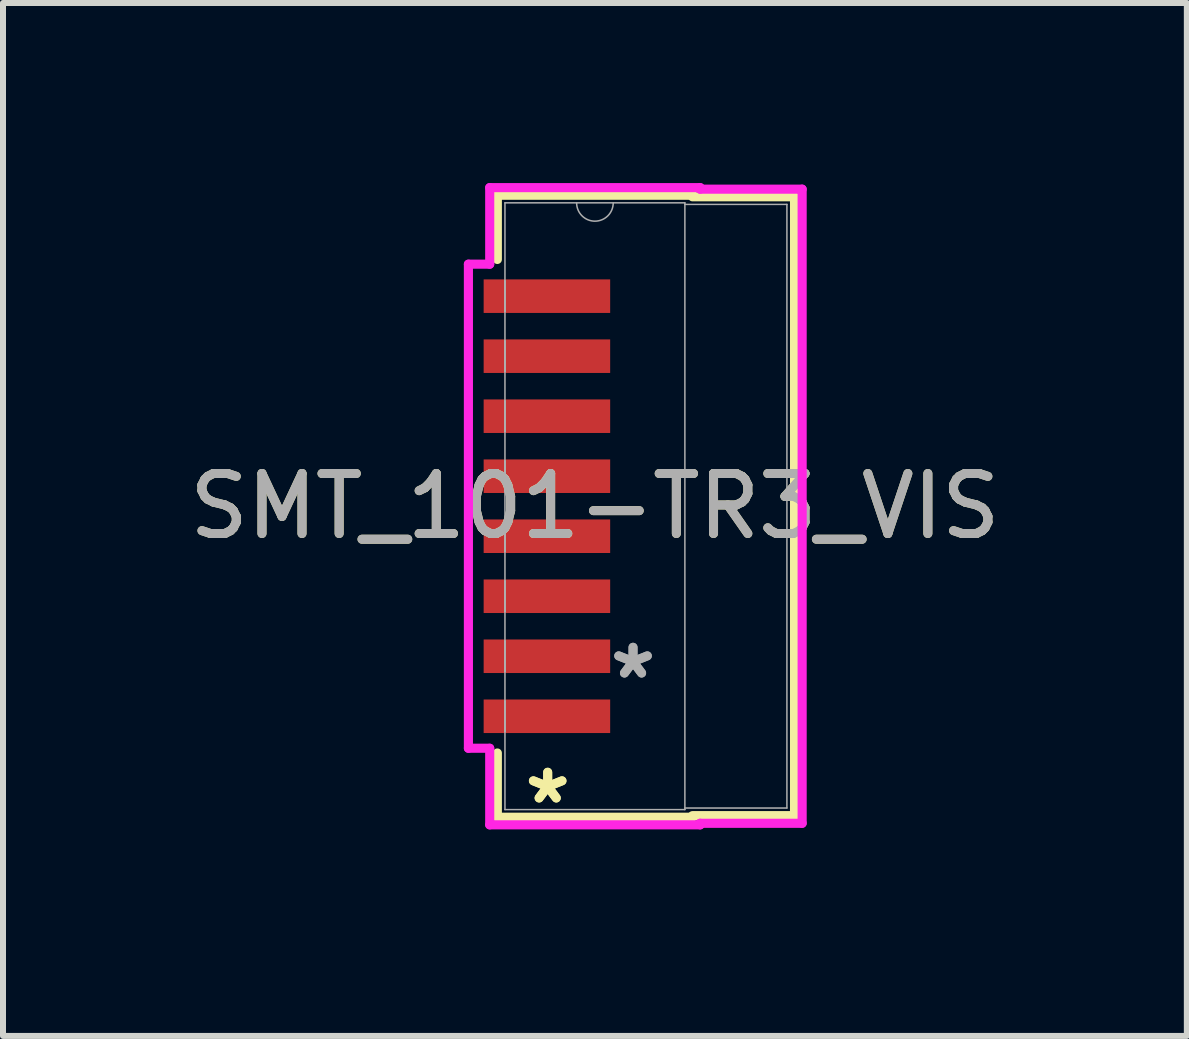
<source format=kicad_pcb>
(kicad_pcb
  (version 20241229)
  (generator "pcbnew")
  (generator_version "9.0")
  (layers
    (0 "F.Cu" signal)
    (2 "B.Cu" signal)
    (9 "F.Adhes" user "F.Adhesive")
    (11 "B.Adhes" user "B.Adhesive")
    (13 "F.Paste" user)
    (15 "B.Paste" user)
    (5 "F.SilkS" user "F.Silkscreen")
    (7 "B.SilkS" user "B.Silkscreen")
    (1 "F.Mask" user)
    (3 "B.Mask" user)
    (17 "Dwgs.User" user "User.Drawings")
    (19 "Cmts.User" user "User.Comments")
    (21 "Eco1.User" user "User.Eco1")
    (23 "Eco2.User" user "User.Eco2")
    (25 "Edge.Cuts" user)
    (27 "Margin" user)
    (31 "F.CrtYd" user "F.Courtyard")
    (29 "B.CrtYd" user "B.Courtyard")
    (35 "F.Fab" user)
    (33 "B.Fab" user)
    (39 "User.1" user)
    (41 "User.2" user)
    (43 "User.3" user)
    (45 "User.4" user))
  (footprint "SMT_101-TR3_VIS"
    (layer "F.Cu")
    (at 6.863 5.385)
    (property "Reference" "SMT_101-TR3_VIS" (at 0 0 0) (unlocked yes) (layer "F.SilkS") (effects (font (size 1 1) (thickness 0.15))))
    (attr smd)
    (fp_line (start -1.626 -5.182) (end 1.626 -5.182) (stroke (width 0.152) (type solid)) (layer "F.SilkS"))
    (fp_line (start -1.626 -4.112) (end -1.626 -5.182) (stroke (width 0.152) (type solid)) (layer "F.SilkS"))
    (fp_line (start -1.626 5.182) (end -1.626 4.112) (stroke (width 0.152) (type solid)) (layer "F.SilkS"))
    (fp_line (start 1.626 -5.156) (end 3.326 -5.156) (stroke (width 0.152) (type solid)) (layer "F.SilkS"))
    (fp_line (start 1.626 5.182) (end -1.626 5.182) (stroke (width 0.152) (type solid)) (layer "F.SilkS"))
    (fp_line (start 3.326 -5.156) (end 3.326 5.156) (stroke (width 0.152) (type solid)) (layer "F.SilkS"))
    (fp_line (start 3.326 5.156) (end 1.626 5.156) (stroke (width 0.152) (type solid)) (layer "F.SilkS"))
    (fp_line (start -2.108 -4.033) (end -2.108 4.033) (stroke (width 0.152) (type solid)) (layer "F.CrtYd"))
    (fp_line (start -2.108 4.033) (end -1.753 4.033) (stroke (width 0.152) (type solid)) (layer "F.CrtYd"))
    (fp_line (start -1.753 -5.309) (end -1.753 -4.033) (stroke (width 0.152) (type solid)) (layer "F.CrtYd"))
    (fp_line (start -1.753 -4.033) (end -2.108 -4.033) (stroke (width 0.152) (type solid)) (layer "F.CrtYd"))
    (fp_line (start -1.753 4.033) (end -1.753 5.309) (stroke (width 0.152) (type solid)) (layer "F.CrtYd"))
    (fp_line (start -1.753 5.309) (end 1.753 5.309) (stroke (width 0.152) (type solid)) (layer "F.CrtYd"))
    (fp_line (start 1.753 -5.309) (end -1.753 -5.309) (stroke (width 0.152) (type solid)) (layer "F.CrtYd"))
    (fp_line (start 1.753 -5.283) (end 1.753 -5.309) (stroke (width 0.152) (type solid)) (layer "F.CrtYd"))
    (fp_line (start 1.753 5.283) (end 3.453 5.283) (stroke (width 0.152) (type solid)) (layer "F.CrtYd"))
    (fp_line (start 1.753 5.309) (end 1.753 5.283) (stroke (width 0.152) (type solid)) (layer "F.CrtYd"))
    (fp_line (start 3.453 -5.283) (end 1.753 -5.283) (stroke (width 0.152) (type solid)) (layer "F.CrtYd"))
    (fp_line (start 3.453 5.283) (end 3.453 -5.283) (stroke (width 0.152) (type solid)) (layer "F.CrtYd"))
    (fp_line (start -1.499 -5.055) (end -1.499 5.055) (stroke (width 0.025) (type solid)) (layer "F.Fab"))
    (fp_line (start -1.499 -3.754) (end -1.499 -3.754) (stroke (width 0.025) (type solid)) (layer "F.Fab"))
    (fp_line (start -1.499 -3.754) (end -1.499 -3.246) (stroke (width 0.025) (type solid)) (layer "F.Fab"))
    (fp_line (start -1.499 -3.246) (end -1.499 -3.754) (stroke (width 0.025) (type solid)) (layer "F.Fab"))
    (fp_line (start -1.499 -3.246) (end -1.499 -3.246) (stroke (width 0.025) (type solid)) (layer "F.Fab"))
    (fp_line (start -1.499 -2.754) (end -1.499 -2.754) (stroke (width 0.025) (type solid)) (layer "F.Fab"))
    (fp_line (start -1.499 -2.754) (end -1.499 -2.246) (stroke (width 0.025) (type solid)) (layer "F.Fab"))
    (fp_line (start -1.499 -2.246) (end -1.499 -2.754) (stroke (width 0.025) (type solid)) (layer "F.Fab"))
    (fp_line (start -1.499 -2.246) (end -1.499 -2.246) (stroke (width 0.025) (type solid)) (layer "F.Fab"))
    (fp_line (start -1.499 -1.754) (end -1.499 -1.754) (stroke (width 0.025) (type solid)) (layer "F.Fab"))
    (fp_line (start -1.499 -1.754) (end -1.499 -1.246) (stroke (width 0.025) (type solid)) (layer "F.Fab"))
    (fp_line (start -1.499 -1.246) (end -1.499 -1.754) (stroke (width 0.025) (type solid)) (layer "F.Fab"))
    (fp_line (start -1.499 -1.246) (end -1.499 -1.246) (stroke (width 0.025) (type solid)) (layer "F.Fab"))
    (fp_line (start -1.499 -0.754) (end -1.499 -0.754) (stroke (width 0.025) (type solid)) (layer "F.Fab"))
    (fp_line (start -1.499 -0.754) (end -1.499 -0.246) (stroke (width 0.025) (type solid)) (layer "F.Fab"))
    (fp_line (start -1.499 -0.246) (end -1.499 -0.754) (stroke (width 0.025) (type solid)) (layer "F.Fab"))
    (fp_line (start -1.499 -0.246) (end -1.499 -0.246) (stroke (width 0.025) (type solid)) (layer "F.Fab"))
    (fp_line (start -1.499 0.246) (end -1.499 0.246) (stroke (width 0.025) (type solid)) (layer "F.Fab"))
    (fp_line (start -1.499 0.246) (end -1.499 0.754) (stroke (width 0.025) (type solid)) (layer "F.Fab"))
    (fp_line (start -1.499 0.754) (end -1.499 0.246) (stroke (width 0.025) (type solid)) (layer "F.Fab"))
    (fp_line (start -1.499 0.754) (end -1.499 0.754) (stroke (width 0.025) (type solid)) (layer "F.Fab"))
    (fp_line (start -1.499 1.246) (end -1.499 1.246) (stroke (width 0.025) (type solid)) (layer "F.Fab"))
    (fp_line (start -1.499 1.246) (end -1.499 1.754) (stroke (width 0.025) (type solid)) (layer "F.Fab"))
    (fp_line (start -1.499 1.754) (end -1.499 1.246) (stroke (width 0.025) (type solid)) (layer "F.Fab"))
    (fp_line (start -1.499 1.754) (end -1.499 1.754) (stroke (width 0.025) (type solid)) (layer "F.Fab"))
    (fp_line (start -1.499 2.246) (end -1.499 2.246) (stroke (width 0.025) (type solid)) (layer "F.Fab"))
    (fp_line (start -1.499 2.246) (end -1.499 2.754) (stroke (width 0.025) (type solid)) (layer "F.Fab"))
    (fp_line (start -1.499 2.754) (end -1.499 2.246) (stroke (width 0.025) (type solid)) (layer "F.Fab"))
    (fp_line (start -1.499 2.754) (end -1.499 2.754) (stroke (width 0.025) (type solid)) (layer "F.Fab"))
    (fp_line (start -1.499 3.246) (end -1.499 3.246) (stroke (width 0.025) (type solid)) (layer "F.Fab"))
    (fp_line (start -1.499 3.246) (end -1.499 3.754) (stroke (width 0.025) (type solid)) (layer "F.Fab"))
    (fp_line (start -1.499 3.754) (end -1.499 3.246) (stroke (width 0.025) (type solid)) (layer "F.Fab"))
    (fp_line (start -1.499 3.754) (end -1.499 3.754) (stroke (width 0.025) (type solid)) (layer "F.Fab"))
    (fp_line (start -1.499 5.055) (end 1.499 5.055) (stroke (width 0.025) (type solid)) (layer "F.Fab"))
    (fp_line (start 1.499 -5.055) (end -1.499 -5.055) (stroke (width 0.025) (type solid)) (layer "F.Fab"))
    (fp_line (start 1.499 -5.029) (end 3.199 -5.029) (stroke (width 0.025) (type solid)) (layer "F.Fab"))
    (fp_line (start 1.499 5.029) (end 3.199 5.029) (stroke (width 0.025) (type solid)) (layer "F.Fab"))
    (fp_line (start 1.499 5.055) (end 1.499 -5.055) (stroke (width 0.025) (type solid)) (layer "F.Fab"))
    (fp_line (start 3.199 5.029) (end 3.199 -5.029) (stroke (width 0.025) (type solid)) (layer "F.Fab"))
    (fp_arc (start 0.3048 -5.0546) (mid 0 -4.7498) (end -0.3048 -5.0546) (stroke (width 0.0254) (type solid)) (layer "F.Fab"))
    (fp_text user "*" (at -0.787 4.978 0) (unlocked yes) (layer "F.SilkS") (effects (font (size 1 1) (thickness 0.15))))
    (fp_text user "*" (at -0.787 4.978 0) (layer "F.SilkS") (effects (font (size 1 1) (thickness 0.15))))
    (fp_text user "*" (at 0.635 2.896 0) (layer "F.Fab") (effects (font (size 1 1) (thickness 0.15))))
    (fp_text user "${REFERENCE}" (at 0 0 0) (unlocked yes) (layer "F.Fab") (effects (font (size 1 1) (thickness 0.15))))
    (fp_text user "*" (at 0.635 2.896 0) (unlocked yes) (layer "F.Fab") (effects (font (size 1 1) (thickness 0.15))))
    (pad "1" smd rect (at -0.8 3.5) (size 2.108 0.559) (layers "F.Cu" "F.Mask" "F.Paste"))
    (pad "2" smd rect (at -0.8 2.5) (size 2.108 0.559) (layers "F.Cu" "F.Mask" "F.Paste"))
    (pad "3" smd rect (at -0.8 1.5) (size 2.108 0.559) (layers "F.Cu" "F.Mask" "F.Paste"))
    (pad "4" smd rect (at -0.8 0.5) (size 2.108 0.559) (layers "F.Cu" "F.Mask" "F.Paste"))
    (pad "5" smd rect (at -0.8 -0.5) (size 2.108 0.559) (layers "F.Cu" "F.Mask" "F.Paste"))
    (pad "6" smd rect (at -0.8 -1.5) (size 2.108 0.559) (layers "F.Cu" "F.Mask" "F.Paste"))
    (pad "7" smd rect (at -0.8 -2.5) (size 2.108 0.559) (layers "F.Cu" "F.Mask" "F.Paste"))
    (pad "8" smd rect (at -0.8 -3.5) (size 2.108 0.559) (layers "F.Cu" "F.Mask" "F.Paste")))
  (gr_rect
    (start -3 -3)
    (end 16.726 14.211)
    (stroke (width 0.1) (type default))
    (fill no)
    (layer "Edge.Cuts")))
</source>
